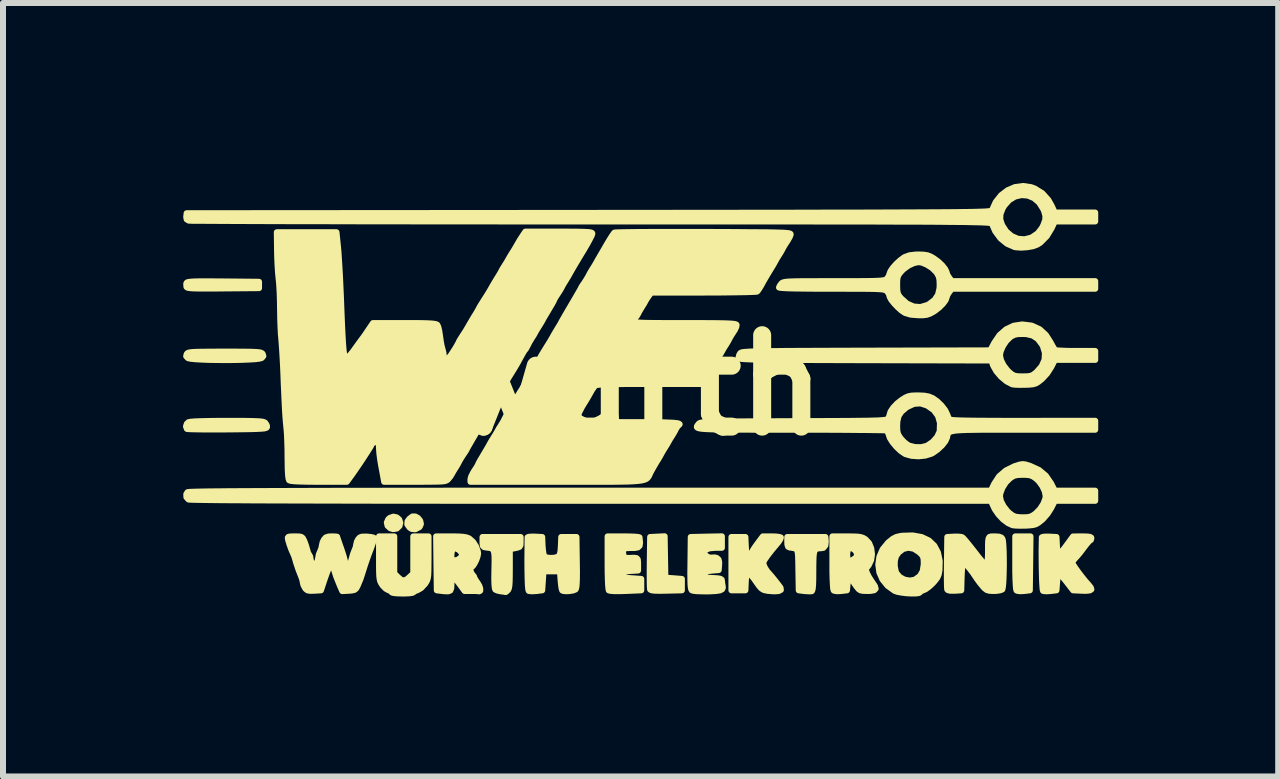
<source format=kicad_pcb>
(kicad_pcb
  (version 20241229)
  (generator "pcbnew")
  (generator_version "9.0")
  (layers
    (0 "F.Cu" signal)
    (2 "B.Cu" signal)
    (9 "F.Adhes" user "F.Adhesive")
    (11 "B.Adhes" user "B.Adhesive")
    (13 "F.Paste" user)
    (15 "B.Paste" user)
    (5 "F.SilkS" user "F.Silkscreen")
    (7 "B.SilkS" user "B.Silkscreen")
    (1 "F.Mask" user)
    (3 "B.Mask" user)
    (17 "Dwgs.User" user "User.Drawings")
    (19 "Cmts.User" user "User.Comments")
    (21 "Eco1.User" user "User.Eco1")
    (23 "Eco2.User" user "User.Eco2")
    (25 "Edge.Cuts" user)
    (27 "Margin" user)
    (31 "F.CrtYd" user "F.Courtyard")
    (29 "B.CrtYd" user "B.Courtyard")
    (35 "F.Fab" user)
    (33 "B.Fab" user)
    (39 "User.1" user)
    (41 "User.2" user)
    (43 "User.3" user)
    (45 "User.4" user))
  (footprint "würth"
    (layer "F.Cu")
    (at 7.586 3.372)
    (property "Reference" "würth" (at 0 0 0) (layer "F.SilkS") (effects (font (size 1.524 1.524) (thickness 0.3))))
    (attr through_hole)
    (fp_poly (pts (xy -3.964 2.29) (xy -3.977 2.346) (xy -4.022 2.389) (xy -4.083 2.398) (xy -4.131 2.384) (xy -4.176 2.342) (xy -4.188 2.288) (xy -4.165 2.234) (xy -4.138 2.21) (xy -4.078 2.19) (xy -4.022 2.202) (xy -3.981 2.238) (xy -3.964 2.29)) (stroke (width 0.1) (type solid)) (fill yes) (layer "F.SilkS"))
    (fp_poly (pts (xy -3.62 2.312) (xy -3.639 2.358) (xy -3.646 2.365) (xy -3.713 2.4) (xy -3.775 2.395) (xy -3.809 2.372) (xy -3.847 2.318) (xy -3.843 2.267) (xy -3.81 2.223) (xy -3.761 2.187) (xy -3.713 2.187) (xy -3.667 2.213) (xy -3.631 2.258) (xy -3.62 2.312)) (stroke (width 0.1) (type solid)) (fill yes) (layer "F.SilkS"))
    (fp_poly (pts (xy 6.541 2.519) (xy 6.536 2.969) (xy 6.53 3.418) (xy 6.429 3.43) (xy 6.366 3.433) (xy 6.319 3.426) (xy 6.308 3.42) (xy 6.3 3.392) (xy 6.295 3.327) (xy 6.29 3.228) (xy 6.287 3.1) (xy 6.287 2.959) (xy 6.287 2.519) (xy 6.414 2.519) (xy 6.541 2.519)) (stroke (width 0.1) (type solid)) (fill yes) (layer "F.SilkS"))
    (fp_poly (pts (xy 0.73 3.418) (xy 0.471 3.424) (xy 0.355 3.426) (xy 0.275 3.424) (xy 0.227 3.418) (xy 0.204 3.408) (xy 0.2 3.403) (xy 0.197 3.374) (xy 0.195 3.309) (xy 0.194 3.217) (xy 0.194 3.102) (xy 0.195 2.973) (xy 0.195 2.952) (xy 0.201 2.529) (xy 0.322 2.523) (xy 0.443 2.517) (xy 0.449 2.862) (xy 0.455 3.207) (xy 0.593 3.217) (xy 0.73 3.228) (xy 0.73 3.323) (xy 0.73 3.418)) (stroke (width 0.1) (type solid)) (fill yes) (layer "F.SilkS"))
    (fp_poly (pts (xy -6.318 -1.619) (xy -6.917 -1.614) (xy -7.094 -1.612) (xy -7.233 -1.612) (xy -7.34 -1.613) (xy -7.417 -1.615) (xy -7.47 -1.619) (xy -7.503 -1.624) (xy -7.521 -1.632) (xy -7.528 -1.64) (xy -7.532 -1.688) (xy -7.528 -1.704) (xy -7.519 -1.714) (xy -7.5 -1.721) (xy -7.464 -1.726) (xy -7.408 -1.73) (xy -7.328 -1.732) (xy -7.218 -1.733) (xy -7.074 -1.732) (xy -6.917 -1.731) (xy -6.318 -1.725) (xy -6.318 -1.672) (xy -6.318 -1.619)) (stroke (width 0.1) (type solid)) (fill yes) (layer "F.SilkS"))
    (fp_poly (pts (xy -6.185 0.696) (xy -6.191 0.706) (xy -6.206 0.713) (xy -6.235 0.72) (xy -6.282 0.724) (xy -6.352 0.728) (xy -6.448 0.731) (xy -6.576 0.733) (xy -6.74 0.735) (xy -6.849 0.736) (xy -7.012 0.737) (xy -7.161 0.737) (xy -7.291 0.736) (xy -7.397 0.734) (xy -7.473 0.732) (xy -7.515 0.729) (xy -7.521 0.727) (xy -7.536 0.687) (xy -7.522 0.641) (xy -7.494 0.615) (xy -7.46 0.608) (xy -7.386 0.602) (xy -7.276 0.598) (xy -7.133 0.595) (xy -6.959 0.593) (xy -6.85 0.593) (xy -6.672 0.593) (xy -6.531 0.594) (xy -6.424 0.596) (xy -6.344 0.599) (xy -6.288 0.603) (xy -6.25 0.609) (xy -6.227 0.617) (xy -6.213 0.627) (xy -6.188 0.668) (xy -6.185 0.696)) (stroke (width 0.1) (type solid)) (fill yes) (layer "F.SilkS"))
    (fp_poly (pts (xy -6.246 -0.487) (xy -6.27 -0.457) (xy -6.275 -0.454) (xy -6.31 -0.444) (xy -6.38 -0.435) (xy -6.478 -0.429) (xy -6.599 -0.424) (xy -6.733 -0.421) (xy -6.876 -0.42) (xy -7.019 -0.421) (xy -7.155 -0.423) (xy -7.279 -0.428) (xy -7.382 -0.434) (xy -7.459 -0.442) (xy -7.501 -0.452) (xy -7.505 -0.454) (xy -7.533 -0.484) (xy -7.525 -0.518) (xy -7.522 -0.523) (xy -7.513 -0.534) (xy -7.497 -0.543) (xy -7.47 -0.549) (xy -7.426 -0.554) (xy -7.362 -0.557) (xy -7.272 -0.559) (xy -7.152 -0.56) (xy -6.997 -0.561) (xy -6.89 -0.561) (xy -6.713 -0.561) (xy -6.573 -0.56) (xy -6.466 -0.559) (xy -6.388 -0.556) (xy -6.333 -0.552) (xy -6.297 -0.547) (xy -6.275 -0.539) (xy -6.262 -0.529) (xy -6.257 -0.523) (xy -6.246 -0.487)) (stroke (width 0.1) (type solid)) (fill yes) (layer "F.SilkS"))
    (fp_poly (pts (xy 3.129 2.603) (xy 3.122 2.669) (xy 3.089 2.71) (xy 3.037 2.718) (xy 3.029 2.716) (xy 2.985 2.722) (xy 2.956 2.741) (xy 2.942 2.761) (xy 2.933 2.792) (xy 2.926 2.843) (xy 2.923 2.919) (xy 2.921 3.026) (xy 2.921 3.1) (xy 2.92 3.234) (xy 2.917 3.329) (xy 2.911 3.391) (xy 2.902 3.424) (xy 2.895 3.433) (xy 2.858 3.435) (xy 2.799 3.432) (xy 2.773 3.43) (xy 2.678 3.418) (xy 2.672 3.075) (xy 2.67 2.946) (xy 2.667 2.853) (xy 2.662 2.79) (xy 2.651 2.75) (xy 2.633 2.728) (xy 2.604 2.716) (xy 2.563 2.709) (xy 2.529 2.705) (xy 2.501 2.692) (xy 2.489 2.657) (xy 2.487 2.614) (xy 2.487 2.529) (xy 2.805 2.529) (xy 3.122 2.529) (xy 3.129 2.603)) (stroke (width 0.1) (type solid)) (fill yes) (layer "F.SilkS"))
    (fp_poly (pts (xy -1.958 2.613) (xy -1.96 2.666) (xy -1.976 2.694) (xy -2.015 2.708) (xy -2.048 2.715) (xy -2.138 2.733) (xy -2.138 3.058) (xy -2.139 3.188) (xy -2.141 3.281) (xy -2.146 3.345) (xy -2.154 3.386) (xy -2.166 3.411) (xy -2.171 3.417) (xy -2.199 3.442) (xy -2.208 3.447) (xy -2.229 3.442) (xy -2.277 3.436) (xy -2.286 3.435) (xy -2.342 3.423) (xy -2.379 3.407) (xy -2.381 3.405) (xy -2.389 3.376) (xy -2.395 3.309) (xy -2.397 3.21) (xy -2.395 3.083) (xy -2.395 3.072) (xy -2.392 2.943) (xy -2.393 2.849) (xy -2.4 2.785) (xy -2.414 2.745) (xy -2.438 2.722) (xy -2.474 2.711) (xy -2.519 2.706) (xy -2.566 2.698) (xy -2.587 2.679) (xy -2.593 2.635) (xy -2.593 2.614) (xy -2.593 2.529) (xy -2.275 2.529) (xy -1.958 2.529) (xy -1.958 2.613)) (stroke (width 0.1) (type solid)) (fill yes) (layer "F.SilkS"))
    (fp_poly (pts (xy -3.493 2.519) (xy -3.493 2.873) (xy -3.494 3.004) (xy -3.495 3.099) (xy -3.498 3.167) (xy -3.505 3.215) (xy -3.515 3.25) (xy -3.53 3.279) (xy -3.551 3.311) (xy -3.552 3.312) (xy -3.615 3.38) (xy -3.678 3.416) (xy -3.724 3.434) (xy -3.746 3.452) (xy -3.747 3.453) (xy -3.766 3.461) (xy -3.818 3.468) (xy -3.893 3.471) (xy -3.926 3.471) (xy -4.012 3.469) (xy -4.074 3.463) (xy -4.105 3.454) (xy -4.106 3.451) (xy -4.124 3.431) (xy -4.16 3.416) (xy -4.206 3.391) (xy -4.254 3.343) (xy -4.266 3.326) (xy -4.285 3.297) (xy -4.299 3.267) (xy -4.308 3.231) (xy -4.314 3.181) (xy -4.317 3.109) (xy -4.318 3.009) (xy -4.318 2.884) (xy -4.318 2.519) (xy -4.191 2.519) (xy -4.064 2.519) (xy -4.064 2.827) (xy -4.064 3.136) (xy -4.002 3.198) (xy -3.947 3.244) (xy -3.901 3.255) (xy -3.851 3.232) (xy -3.812 3.198) (xy -3.747 3.137) (xy -3.747 2.828) (xy -3.747 2.519) (xy -3.619 2.519) (xy -3.493 2.519)) (stroke (width 0.1) (type solid)) (fill yes) (layer "F.SilkS"))
    (fp_poly (pts (xy 0.053 3.418) (xy -0.208 3.429) (xy -0.317 3.432) (xy -0.405 3.431) (xy -0.465 3.426) (xy -0.488 3.419) (xy -0.494 3.393) (xy -0.5 3.33) (xy -0.504 3.237) (xy -0.507 3.12) (xy -0.508 2.985) (xy -0.508 2.959) (xy -0.508 2.519) (xy -0.243 2.519) (xy -0.143 2.52) (xy -0.06 2.523) (xy -0.001 2.528) (xy 0.023 2.534) (xy 0.024 2.535) (xy 0.033 2.622) (xy 0.026 2.676) (xy -0.003 2.703) (xy -0.061 2.713) (xy -0.115 2.712) (xy -0.195 2.715) (xy -0.239 2.732) (xy -0.253 2.769) (xy -0.245 2.828) (xy -0.231 2.862) (xy -0.205 2.877) (xy -0.153 2.878) (xy -0.142 2.878) (xy -0.067 2.875) (xy -0.024 2.881) (xy -0.005 2.904) (xy -0.000184 2.949) (xy 0 2.983) (xy 0 3.088) (xy -0.122 3.095) (xy -0.19 3.1) (xy -0.227 3.109) (xy -0.241 3.127) (xy -0.243 3.154) (xy -0.241 3.182) (xy -0.227 3.199) (xy -0.192 3.208) (xy -0.128 3.215) (xy -0.095 3.217) (xy 0.053 3.228) (xy 0.053 3.323) (xy 0.053 3.418)) (stroke (width 0.1) (type solid)) (fill yes) (layer "F.SilkS"))
    (fp_poly (pts (xy -1.019 3.108) (xy -1.02 3.224) (xy -1.023 3.307) (xy -1.028 3.361) (xy -1.036 3.393) (xy -1.043 3.404) (xy -1.081 3.42) (xy -1.14 3.43) (xy -1.202 3.433) (xy -1.25 3.428) (xy -1.264 3.421) (xy -1.274 3.393) (xy -1.283 3.335) (xy -1.291 3.259) (xy -1.291 3.253) (xy -1.302 3.101) (xy -1.439 3.101) (xy -1.577 3.101) (xy -1.587 3.26) (xy -1.598 3.418) (xy -1.699 3.43) (xy -1.763 3.434) (xy -1.811 3.431) (xy -1.823 3.427) (xy -1.831 3.401) (xy -1.837 3.334) (xy -1.841 3.228) (xy -1.844 3.083) (xy -1.845 2.903) (xy -1.843 2.688) (xy -1.842 2.534) (xy -1.822 2.526) (xy -1.773 2.522) (xy -1.72 2.523) (xy -1.598 2.529) (xy -1.592 2.677) (xy -1.585 2.755) (xy -1.575 2.817) (xy -1.563 2.851) (xy -1.563 2.851) (xy -1.525 2.87) (xy -1.464 2.878) (xy -1.397 2.875) (xy -1.342 2.86) (xy -1.328 2.852) (xy -1.306 2.822) (xy -1.293 2.764) (xy -1.287 2.678) (xy -1.281 2.529) (xy -1.154 2.529) (xy -1.027 2.529) (xy -1.021 2.955) (xy -1.019 3.108)) (stroke (width 0.1) (type solid)) (fill yes) (layer "F.SilkS"))
    (fp_poly (pts (xy 1.413 3.373) (xy 1.401 3.401) (xy 1.366 3.419) (xy 1.302 3.429) (xy 1.204 3.435) (xy 1.154 3.436) (xy 1.057 3.435) (xy 0.974 3.432) (xy 0.917 3.425) (xy 0.896 3.418) (xy 0.886 3.403) (xy 0.879 3.371) (xy 0.874 3.316) (xy 0.872 3.235) (xy 0.871 3.122) (xy 0.873 2.971) (xy 0.873 2.963) (xy 0.878 2.529) (xy 1.138 2.523) (xy 1.397 2.518) (xy 1.397 2.613) (xy 1.397 2.709) (xy 1.29 2.709) (xy 1.189 2.718) (xy 1.126 2.743) (xy 1.101 2.784) (xy 1.101 2.791) (xy 1.119 2.83) (xy 1.162 2.861) (xy 1.213 2.875) (xy 1.238 2.871) (xy 1.284 2.87) (xy 1.315 2.88) (xy 1.342 2.905) (xy 1.352 2.947) (xy 1.351 2.991) (xy 1.344 3.08) (xy 1.228 3.09) (xy 1.161 3.098) (xy 1.126 3.109) (xy 1.113 3.13) (xy 1.111 3.154) (xy 1.114 3.182) (xy 1.128 3.198) (xy 1.163 3.207) (xy 1.227 3.212) (xy 1.254 3.213) (xy 1.332 3.218) (xy 1.376 3.227) (xy 1.395 3.242) (xy 1.397 3.255) (xy 1.403 3.307) (xy 1.408 3.334) (xy 1.413 3.373)) (stroke (width 0.1) (type solid)) (fill yes) (layer "F.SilkS"))
    (fp_poly (pts (xy 2.38 3.411) (xy 2.344 3.43) (xy 2.271 3.435) (xy 2.254 3.434) (xy 2.162 3.427) (xy 2.1 3.414) (xy 2.056 3.389) (xy 2.018 3.347) (xy 1.998 3.319) (xy 1.929 3.221) (xy 1.877 3.16) (xy 1.841 3.135) (xy 1.817 3.146) (xy 1.802 3.191) (xy 1.795 3.27) (xy 1.795 3.276) (xy 1.789 3.418) (xy 1.672 3.418) (xy 1.556 3.418) (xy 1.556 2.974) (xy 1.556 2.529) (xy 1.672 2.529) (xy 1.789 2.529) (xy 1.795 2.672) (xy 1.8 2.749) (xy 1.807 2.792) (xy 1.821 2.811) (xy 1.843 2.815) (xy 1.884 2.799) (xy 1.899 2.778) (xy 1.918 2.742) (xy 1.955 2.686) (xy 1.996 2.63) (xy 2.079 2.519) (xy 2.224 2.519) (xy 2.298 2.521) (xy 2.354 2.528) (xy 2.38 2.537) (xy 2.38 2.537) (xy 2.373 2.562) (xy 2.345 2.607) (xy 2.311 2.649) (xy 2.225 2.752) (xy 2.156 2.841) (xy 2.108 2.911) (xy 2.088 2.95) (xy 2.092 2.989) (xy 2.117 3.046) (xy 2.157 3.106) (xy 2.2 3.154) (xy 2.221 3.178) (xy 2.258 3.223) (xy 2.302 3.278) (xy 2.342 3.33) (xy 2.37 3.368) (xy 2.376 3.377) (xy 2.38 3.411)) (stroke (width 0.1) (type solid)) (fill yes) (layer "F.SilkS"))
    (fp_poly (pts (xy 5.028 2.929) (xy 5.024 3.085) (xy 5.011 3.154) (xy 4.988 3.208) (xy 4.945 3.264) (xy 4.913 3.3) (xy 4.854 3.355) (xy 4.796 3.398) (xy 4.762 3.414) (xy 4.762 2.977) (xy 4.76 2.904) (xy 4.75 2.857) (xy 4.724 2.819) (xy 4.684 2.781) (xy 4.597 2.725) (xy 4.505 2.708) (xy 4.418 2.729) (xy 4.342 2.788) (xy 4.299 2.851) (xy 4.28 2.923) (xy 4.278 3.012) (xy 4.294 3.098) (xy 4.308 3.134) (xy 4.363 3.198) (xy 4.441 3.24) (xy 4.528 3.256) (xy 4.611 3.241) (xy 4.621 3.236) (xy 4.699 3.178) (xy 4.744 3.098) (xy 4.761 2.991) (xy 4.762 2.977) (xy 4.762 3.414) (xy 4.757 3.416) (xy 4.715 3.433) (xy 4.699 3.451) (xy 4.68 3.464) (xy 4.63 3.47) (xy 4.558 3.471) (xy 4.477 3.467) (xy 4.396 3.457) (xy 4.325 3.444) (xy 4.276 3.427) (xy 4.276 3.427) (xy 4.158 3.342) (xy 4.073 3.237) (xy 4.021 3.117) (xy 4.004 2.989) (xy 4.022 2.86) (xy 4.075 2.736) (xy 4.165 2.625) (xy 4.181 2.611) (xy 4.247 2.558) (xy 4.306 2.528) (xy 4.376 2.512) (xy 4.405 2.508) (xy 4.579 2.503) (xy 4.727 2.53) (xy 4.848 2.587) (xy 4.939 2.674) (xy 4.999 2.788) (xy 5.028 2.929)) (stroke (width 0.1) (type solid)) (fill yes) (layer "F.SilkS"))
    (fp_poly (pts (xy 7.556 2.551) (xy 7.547 2.579) (xy 7.539 2.582) (xy 7.52 2.598) (xy 7.483 2.64) (xy 7.436 2.7) (xy 7.425 2.715) (xy 7.372 2.785) (xy 7.322 2.845) (xy 7.286 2.885) (xy 7.283 2.887) (xy 7.251 2.927) (xy 7.239 2.958) (xy 7.252 2.988) (xy 7.286 3.041) (xy 7.335 3.11) (xy 7.393 3.186) (xy 7.453 3.261) (xy 7.508 3.323) (xy 7.547 3.372) (xy 7.556 3.403) (xy 7.53 3.42) (xy 7.468 3.426) (xy 7.404 3.425) (xy 7.251 3.418) (xy 7.14 3.275) (xy 7.088 3.21) (xy 7.045 3.16) (xy 7.017 3.134) (xy 7.013 3.132) (xy 7.003 3.151) (xy 6.993 3.202) (xy 6.985 3.273) (xy 6.985 3.275) (xy 6.974 3.418) (xy 6.873 3.43) (xy 6.809 3.434) (xy 6.762 3.431) (xy 6.75 3.427) (xy 6.744 3.404) (xy 6.739 3.345) (xy 6.734 3.257) (xy 6.731 3.149) (xy 6.728 3.026) (xy 6.727 2.896) (xy 6.726 2.765) (xy 6.728 2.641) (xy 6.73 2.534) (xy 6.75 2.526) (xy 6.8 2.522) (xy 6.853 2.523) (xy 6.974 2.529) (xy 6.981 2.667) (xy 6.986 2.74) (xy 6.995 2.796) (xy 7.003 2.821) (xy 7.021 2.812) (xy 7.058 2.775) (xy 7.106 2.716) (xy 7.134 2.678) (xy 7.25 2.52) (xy 7.403 2.519) (xy 7.485 2.521) (xy 7.533 2.527) (xy 7.554 2.539) (xy 7.556 2.551)) (stroke (width 0.1) (type solid)) (fill yes) (layer "F.SilkS"))
    (fp_poly (pts (xy -2.631 3.425) (xy -2.648 3.435) (xy -2.651 3.434) (xy -2.68 3.431) (xy -2.736 3.429) (xy -2.78 3.429) (xy -2.892 3.429) (xy -2.934 3.371) (xy -2.934 2.839) (xy -2.938 2.802) (xy -2.942 2.794) (xy -2.984 2.745) (xy -3.038 2.72) (xy -3.078 2.722) (xy -3.098 2.749) (xy -3.11 2.8) (xy -3.113 2.856) (xy -3.103 2.899) (xy -3.097 2.907) (xy -3.057 2.921) (xy -3.004 2.907) (xy -2.963 2.878) (xy -2.934 2.839) (xy -2.934 3.371) (xy -2.984 3.303) (xy -3.03 3.243) (xy -3.069 3.202) (xy -3.092 3.187) (xy -3.093 3.188) (xy -3.104 3.213) (xy -3.11 3.267) (xy -3.111 3.312) (xy -3.114 3.382) (xy -3.129 3.421) (xy -3.164 3.435) (xy -3.229 3.433) (xy -3.26 3.43) (xy -3.355 3.418) (xy -3.361 2.969) (xy -3.366 2.519) (xy -3.12 2.519) (xy -3.005 2.52) (xy -2.923 2.525) (xy -2.865 2.534) (xy -2.823 2.549) (xy -2.811 2.556) (xy -2.75 2.61) (xy -2.7 2.688) (xy -2.671 2.77) (xy -2.667 2.805) (xy -2.676 2.854) (xy -2.697 2.914) (xy -2.726 2.972) (xy -2.754 3.014) (xy -2.773 3.027) (xy -2.791 3.043) (xy -2.793 3.082) (xy -2.782 3.125) (xy -2.762 3.154) (xy -2.736 3.185) (xy -2.731 3.2) (xy -2.719 3.228) (xy -2.689 3.274) (xy -2.676 3.292) (xy -2.646 3.342) (xy -2.631 3.39) (xy -2.631 3.425)) (stroke (width 0.1) (type solid)) (fill yes) (layer "F.SilkS"))
    (fp_poly (pts (xy 3.96 3.392) (xy 3.935 3.417) (xy 3.873 3.428) (xy 3.826 3.429) (xy 3.753 3.427) (xy 3.707 3.419) (xy 3.675 3.397) (xy 3.648 3.364) (xy 3.648 2.847) (xy 3.648 2.801) (xy 3.621 2.755) (xy 3.579 2.722) (xy 3.535 2.712) (xy 3.516 2.718) (xy 3.495 2.752) (xy 3.485 2.808) (xy 3.488 2.868) (xy 3.494 2.894) (xy 3.51 2.926) (xy 3.532 2.931) (xy 3.574 2.912) (xy 3.621 2.88) (xy 3.648 2.847) (xy 3.648 2.847) (xy 3.648 3.364) (xy 3.641 3.355) (xy 3.63 3.34) (xy 3.591 3.283) (xy 3.563 3.237) (xy 3.555 3.222) (xy 3.535 3.191) (xy 3.516 3.2) (xy 3.5 3.245) (xy 3.493 3.302) (xy 3.482 3.418) (xy 3.381 3.43) (xy 3.318 3.433) (xy 3.271 3.426) (xy 3.26 3.42) (xy 3.252 3.392) (xy 3.247 3.327) (xy 3.242 3.228) (xy 3.239 3.1) (xy 3.239 2.959) (xy 3.239 2.519) (xy 3.479 2.519) (xy 3.586 2.52) (xy 3.661 2.523) (xy 3.713 2.531) (xy 3.752 2.544) (xy 3.788 2.565) (xy 3.791 2.567) (xy 3.851 2.631) (xy 3.887 2.718) (xy 3.899 2.817) (xy 3.885 2.914) (xy 3.845 2.999) (xy 3.829 3.019) (xy 3.802 3.053) (xy 3.799 3.085) (xy 3.817 3.134) (xy 3.817 3.135) (xy 3.851 3.201) (xy 3.895 3.269) (xy 3.903 3.28) (xy 3.948 3.348) (xy 3.96 3.392)) (stroke (width 0.1) (type solid)) (fill yes) (layer "F.SilkS"))
    (fp_poly (pts (xy 6.097 2.986) (xy 6.095 3.103) (xy 6.092 3.212) (xy 6.087 3.303) (xy 6.08 3.369) (xy 6.072 3.402) (xy 6.071 3.404) (xy 6.036 3.418) (xy 5.976 3.427) (xy 5.93 3.429) (xy 5.858 3.426) (xy 5.812 3.413) (xy 5.773 3.383) (xy 5.752 3.36) (xy 5.699 3.296) (xy 5.646 3.224) (xy 5.635 3.207) (xy 5.579 3.124) (xy 5.524 3.052) (xy 5.474 2.995) (xy 5.436 2.962) (xy 5.416 2.957) (xy 5.409 2.984) (xy 5.401 3.044) (xy 5.396 3.127) (xy 5.393 3.196) (xy 5.387 3.418) (xy 5.276 3.425) (xy 5.2 3.425) (xy 5.161 3.413) (xy 5.153 3.403) (xy 5.15 3.374) (xy 5.148 3.31) (xy 5.147 3.217) (xy 5.147 3.102) (xy 5.148 2.973) (xy 5.148 2.952) (xy 5.154 2.529) (xy 5.265 2.523) (xy 5.334 2.522) (xy 5.388 2.528) (xy 5.406 2.534) (xy 5.429 2.556) (xy 5.472 2.606) (xy 5.529 2.676) (xy 5.595 2.76) (xy 5.613 2.783) (xy 5.678 2.867) (xy 5.736 2.936) (xy 5.78 2.984) (xy 5.807 3.005) (xy 5.81 3.006) (xy 5.819 2.981) (xy 5.827 2.924) (xy 5.832 2.843) (xy 5.833 2.783) (xy 5.833 2.674) (xy 5.835 2.599) (xy 5.842 2.553) (xy 5.856 2.529) (xy 5.881 2.52) (xy 5.919 2.519) (xy 5.947 2.519) (xy 6.016 2.523) (xy 6.056 2.538) (xy 6.074 2.56) (xy 6.083 2.597) (xy 6.089 2.666) (xy 6.094 2.759) (xy 6.096 2.869) (xy 6.097 2.986)) (stroke (width 0.1) (type solid)) (fill yes) (layer "F.SilkS"))
    (fp_poly (pts (xy -4.396 2.551) (xy -4.407 2.588) (xy -4.427 2.648) (xy -4.45 2.713) (xy -4.469 2.762) (xy -4.496 2.834) (xy -4.528 2.924) (xy -4.557 3.01) (xy -4.572 3.059) (xy -4.625 3.224) (xy -4.675 3.344) (xy -4.699 3.388) (xy -4.727 3.411) (xy -4.773 3.421) (xy -4.82 3.425) (xy -4.931 3.431) (xy -4.971 3.34) (xy -5.029 3.196) (xy -5.07 3.069) (xy -5.077 3.042) (xy -5.091 2.997) (xy -5.108 2.981) (xy -5.129 2.996) (xy -5.155 3.045) (xy -5.188 3.129) (xy -5.231 3.251) (xy -5.244 3.291) (xy -5.286 3.418) (xy -5.402 3.425) (xy -5.471 3.426) (xy -5.512 3.418) (xy -5.539 3.397) (xy -5.553 3.378) (xy -5.579 3.328) (xy -5.588 3.29) (xy -5.596 3.247) (xy -5.615 3.191) (xy -5.616 3.189) (xy -5.664 3.066) (xy -5.702 2.951) (xy -5.713 2.91) (xy -5.732 2.849) (xy -5.751 2.804) (xy -5.78 2.739) (xy -5.81 2.656) (xy -5.833 2.579) (xy -5.836 2.566) (xy -5.839 2.54) (xy -5.827 2.526) (xy -5.792 2.52) (xy -5.722 2.519) (xy -5.722 2.519) (xy -5.651 2.52) (xy -5.611 2.528) (xy -5.587 2.548) (xy -5.567 2.588) (xy -5.562 2.598) (xy -5.536 2.669) (xy -5.516 2.739) (xy -5.514 2.746) (xy -5.499 2.797) (xy -5.481 2.826) (xy -5.481 2.827) (xy -5.465 2.855) (xy -5.461 2.886) (xy -5.449 2.943) (xy -5.433 2.972) (xy -5.409 2.998) (xy -5.387 2.991) (xy -5.37 2.975) (xy -5.342 2.926) (xy -5.333 2.882) (xy -5.322 2.82) (xy -5.302 2.773) (xy -5.279 2.716) (xy -5.271 2.672) (xy -5.259 2.618) (xy -5.236 2.571) (xy -5.205 2.536) (xy -5.159 2.521) (xy -5.109 2.519) (xy -5.053 2.52) (xy -5.02 2.523) (xy -5.016 2.525) (xy -5.01 2.547) (xy -4.992 2.598) (xy -4.967 2.672) (xy -4.953 2.71) (xy -4.925 2.794) (xy -4.903 2.865) (xy -4.891 2.911) (xy -4.89 2.921) (xy -4.878 2.967) (xy -4.87 2.983) (xy -4.843 3) (xy -4.813 2.982) (xy -4.786 2.936) (xy -4.771 2.884) (xy -4.752 2.815) (xy -4.728 2.754) (xy -4.728 2.754) (xy -4.706 2.698) (xy -4.699 2.656) (xy -4.687 2.606) (xy -4.665 2.565) (xy -4.64 2.537) (xy -4.606 2.524) (xy -4.551 2.522) (xy -4.512 2.523) (xy -4.448 2.53) (xy -4.406 2.541) (xy -4.396 2.551)) (stroke (width 0.1) (type solid)) (fill yes) (layer "F.SilkS"))
    (fp_poly (pts (xy 7.62 -0.423) (xy 7.284 -0.423) (xy 6.948 -0.423) (xy 6.887 -0.303) (xy 6.819 -0.197) (xy 6.782 -0.157) (xy 6.782 -0.538) (xy 6.748 -0.652) (xy 6.73 -0.684) (xy 6.662 -0.773) (xy 6.578 -0.828) (xy 6.472 -0.853) (xy 6.413 -0.855) (xy 6.33 -0.853) (xy 6.273 -0.841) (xy 6.225 -0.817) (xy 6.2 -0.799) (xy 6.136 -0.735) (xy 6.081 -0.651) (xy 6.044 -0.565) (xy 6.032 -0.5) (xy 6.049 -0.419) (xy 6.094 -0.33) (xy 6.159 -0.246) (xy 6.191 -0.215) (xy 6.236 -0.179) (xy 6.277 -0.159) (xy 6.329 -0.15) (xy 6.408 -0.148) (xy 6.413 -0.148) (xy 6.494 -0.15) (xy 6.548 -0.158) (xy 6.589 -0.178) (xy 6.634 -0.213) (xy 6.639 -0.217) (xy 6.727 -0.317) (xy 6.775 -0.425) (xy 6.782 -0.538) (xy 6.782 -0.157) (xy 6.734 -0.105) (xy 6.725 -0.098) (xy 6.673 -0.056) (xy 6.631 -0.031) (xy 6.584 -0.017) (xy 6.519 -0.01) (xy 6.45 -0.008) (xy 6.363 -0.007) (xy 6.289 -0.009) (xy 6.24 -0.015) (xy 6.234 -0.017) (xy 6.141 -0.066) (xy 6.049 -0.143) (xy 5.971 -0.235) (xy 5.917 -0.331) (xy 5.905 -0.368) (xy 5.893 -0.413) (xy 3.783 -0.418) (xy 3.437 -0.419) (xy 3.131 -0.42) (xy 2.862 -0.421) (xy 2.628 -0.422) (xy 2.427 -0.423) (xy 2.257 -0.424) (xy 2.114 -0.426) (xy 1.996 -0.428) (xy 1.901 -0.43) (xy 1.827 -0.433) (xy 1.77 -0.436) (xy 1.729 -0.439) (xy 1.702 -0.443) (xy 1.685 -0.448) (xy 1.676 -0.453) (xy 1.673 -0.459) (xy 1.673 -0.46) (xy 1.686 -0.507) (xy 1.702 -0.534) (xy 1.708 -0.54) (xy 1.72 -0.546) (xy 1.739 -0.551) (xy 1.767 -0.555) (xy 1.809 -0.558) (xy 1.865 -0.562) (xy 1.938 -0.564) (xy 2.032 -0.567) (xy 2.148 -0.569) (xy 2.288 -0.57) (xy 2.456 -0.572) (xy 2.654 -0.573) (xy 2.884 -0.574) (xy 3.149 -0.575) (xy 3.452 -0.576) (xy 3.794 -0.577) (xy 3.8 -0.577) (xy 5.871 -0.582) (xy 5.936 -0.706) (xy 6.025 -0.837) (xy 6.135 -0.933) (xy 6.262 -0.993) (xy 6.403 -1.014) (xy 6.552 -0.996) (xy 6.57 -0.991) (xy 6.694 -0.934) (xy 6.797 -0.84) (xy 6.871 -0.725) (xy 6.906 -0.66) (xy 6.936 -0.61) (xy 6.953 -0.588) (xy 6.981 -0.582) (xy 7.043 -0.578) (xy 7.131 -0.574) (xy 7.239 -0.572) (xy 7.297 -0.572) (xy 7.62 -0.572) (xy 7.62 -0.497) (xy 7.62 -0.423)) (stroke (width 0.1) (type solid)) (fill yes) (layer "F.SilkS"))
    (fp_poly (pts (xy 7.62 1.926) (xy 7.284 1.926) (xy 6.948 1.926) (xy 6.887 2.046) (xy 6.827 2.141) (xy 6.794 2.179) (xy 6.794 1.846) (xy 6.779 1.768) (xy 6.739 1.682) (xy 6.681 1.601) (xy 6.631 1.554) (xy 6.58 1.519) (xy 6.53 1.5) (xy 6.465 1.493) (xy 6.413 1.492) (xy 6.332 1.495) (xy 6.275 1.506) (xy 6.227 1.531) (xy 6.196 1.554) (xy 6.128 1.622) (xy 6.073 1.71) (xy 6.039 1.8) (xy 6.032 1.852) (xy 6.049 1.932) (xy 6.095 2.02) (xy 6.16 2.102) (xy 6.195 2.134) (xy 6.247 2.172) (xy 6.294 2.191) (xy 6.356 2.199) (xy 6.41 2.201) (xy 6.49 2.199) (xy 6.544 2.188) (xy 6.592 2.162) (xy 6.63 2.134) (xy 6.7 2.062) (xy 6.756 1.975) (xy 6.789 1.887) (xy 6.794 1.846) (xy 6.794 2.179) (xy 6.751 2.228) (xy 6.728 2.249) (xy 6.675 2.291) (xy 6.631 2.317) (xy 6.581 2.33) (xy 6.511 2.337) (xy 6.463 2.34) (xy 6.375 2.341) (xy 6.297 2.339) (xy 6.244 2.333) (xy 6.24 2.332) (xy 6.165 2.297) (xy 6.083 2.235) (xy 6.007 2.154) (xy 5.947 2.067) (xy 5.933 2.039) (xy 5.881 1.926) (xy -0.786 1.926) (xy -1.501 1.926) (xy -2.174 1.926) (xy -2.806 1.926) (xy -3.396 1.925) (xy -3.945 1.925) (xy -4.453 1.924) (xy -4.921 1.923) (xy -5.349 1.922) (xy -5.736 1.921) (xy -6.085 1.92) (xy -6.394 1.919) (xy -6.664 1.917) (xy -6.896 1.916) (xy -7.089 1.914) (xy -7.244 1.912) (xy -7.362 1.91) (xy -7.443 1.908) (xy -7.486 1.906) (xy -7.494 1.904) (xy -7.529 1.866) (xy -7.531 1.815) (xy -7.51 1.782) (xy -7.498 1.78) (xy -7.469 1.777) (xy -7.419 1.775) (xy -7.349 1.773) (xy -7.257 1.771) (xy -7.142 1.769) (xy -7.003 1.768) (xy -6.839 1.766) (xy -6.649 1.765) (xy -6.432 1.764) (xy -6.186 1.763) (xy -5.911 1.762) (xy -5.605 1.761) (xy -5.268 1.76) (xy -4.898 1.759) (xy -4.494 1.759) (xy -4.055 1.758) (xy -3.58 1.758) (xy -3.068 1.757) (xy -2.518 1.757) (xy -1.929 1.757) (xy -1.299 1.757) (xy -0.802 1.757) (xy 5.881 1.757) (xy 5.936 1.642) (xy 6.017 1.518) (xy 6.131 1.42) (xy 6.275 1.349) (xy 6.292 1.344) (xy 6.361 1.322) (xy 6.41 1.314) (xy 6.458 1.32) (xy 6.523 1.34) (xy 6.535 1.344) (xy 6.682 1.411) (xy 6.797 1.507) (xy 6.884 1.634) (xy 6.886 1.638) (xy 6.946 1.757) (xy 7.283 1.757) (xy 7.62 1.757) (xy 7.62 1.841) (xy 7.62 1.926)) (stroke (width 0.1) (type solid)) (fill yes) (layer "F.SilkS"))
    (fp_poly (pts (xy 7.62 -1.609) (xy 6.426 -1.609) (xy 5.231 -1.609) (xy 5.187 -1.553) (xy 5.157 -1.506) (xy 5.144 -1.468) (xy 5.144 -1.467) (xy 5.127 -1.419) (xy 5.083 -1.359) (xy 5.027 -1.303) (xy 5.027 -1.672) (xy 5.024 -1.754) (xy 5.013 -1.81) (xy 4.988 -1.858) (xy 4.966 -1.89) (xy 4.901 -1.954) (xy 4.817 -2.008) (xy 4.732 -2.044) (xy 4.674 -2.053) (xy 4.595 -2.036) (xy 4.506 -1.994) (xy 4.424 -1.934) (xy 4.387 -1.897) (xy 4.35 -1.851) (xy 4.329 -1.81) (xy 4.32 -1.758) (xy 4.318 -1.681) (xy 4.318 -1.672) (xy 4.32 -1.591) (xy 4.328 -1.538) (xy 4.347 -1.496) (xy 4.382 -1.452) (xy 4.384 -1.45) (xy 4.484 -1.361) (xy 4.593 -1.313) (xy 4.706 -1.304) (xy 4.819 -1.337) (xy 4.852 -1.354) (xy 4.943 -1.424) (xy 4.999 -1.508) (xy 5.024 -1.614) (xy 5.027 -1.672) (xy 5.027 -1.303) (xy 5.02 -1.296) (xy 4.946 -1.239) (xy 4.929 -1.228) (xy 4.868 -1.194) (xy 4.814 -1.175) (xy 4.751 -1.167) (xy 4.672 -1.167) (xy 4.545 -1.177) (xy 4.454 -1.204) (xy 4.445 -1.208) (xy 4.389 -1.246) (xy 4.327 -1.302) (xy 4.268 -1.364) (xy 4.22 -1.424) (xy 4.194 -1.472) (xy 4.191 -1.486) (xy 4.177 -1.529) (xy 4.149 -1.566) (xy 4.137 -1.577) (xy 4.122 -1.585) (xy 4.099 -1.592) (xy 4.065 -1.598) (xy 4.016 -1.602) (xy 3.948 -1.605) (xy 3.856 -1.607) (xy 3.737 -1.608) (xy 3.586 -1.608) (xy 3.401 -1.609) (xy 3.228 -1.609) (xy 2.991 -1.609) (xy 2.789 -1.611) (xy 2.624 -1.613) (xy 2.496 -1.616) (xy 2.407 -1.621) (xy 2.359 -1.626) (xy 2.349 -1.63) (xy 2.362 -1.66) (xy 2.386 -1.693) (xy 2.396 -1.704) (xy 2.41 -1.712) (xy 2.432 -1.719) (xy 2.465 -1.725) (xy 2.514 -1.729) (xy 2.582 -1.732) (xy 2.675 -1.734) (xy 2.795 -1.735) (xy 2.947 -1.735) (xy 3.134 -1.736) (xy 3.264 -1.736) (xy 3.475 -1.736) (xy 3.648 -1.736) (xy 3.787 -1.737) (xy 3.895 -1.738) (xy 3.978 -1.741) (xy 4.038 -1.744) (xy 4.081 -1.749) (xy 4.11 -1.755) (xy 4.129 -1.762) (xy 4.142 -1.772) (xy 4.149 -1.778) (xy 4.18 -1.823) (xy 4.191 -1.86) (xy 4.207 -1.902) (xy 4.247 -1.96) (xy 4.304 -2.024) (xy 4.368 -2.083) (xy 4.43 -2.129) (xy 4.447 -2.139) (xy 4.525 -2.167) (xy 4.625 -2.179) (xy 4.677 -2.18) (xy 4.764 -2.177) (xy 4.827 -2.166) (xy 4.885 -2.142) (xy 4.929 -2.116) (xy 5.004 -2.062) (xy 5.07 -1.999) (xy 5.119 -1.937) (xy 5.143 -1.886) (xy 5.144 -1.878) (xy 5.156 -1.841) (xy 5.186 -1.794) (xy 5.187 -1.791) (xy 5.231 -1.736) (xy 6.426 -1.736) (xy 7.62 -1.736) (xy 7.62 -1.672) (xy 7.62 -1.609)) (stroke (width 0.1) (type solid)) (fill yes) (layer "F.SilkS"))
    (fp_poly (pts (xy 7.62 -2.731) (xy 7.283 -2.731) (xy 6.946 -2.731) (xy 6.894 -2.619) (xy 6.812 -2.483) (xy 6.79 -2.462) (xy 6.79 -2.822) (xy 6.77 -2.897) (xy 6.752 -2.939) (xy 6.684 -3.046) (xy 6.596 -3.121) (xy 6.495 -3.162) (xy 6.389 -3.17) (xy 6.283 -3.145) (xy 6.186 -3.086) (xy 6.105 -2.994) (xy 6.077 -2.947) (xy 6.04 -2.851) (xy 6.037 -2.764) (xy 6.068 -2.671) (xy 6.068 -2.67) (xy 6.137 -2.564) (xy 6.227 -2.487) (xy 6.331 -2.442) (xy 6.442 -2.433) (xy 6.553 -2.461) (xy 6.568 -2.469) (xy 6.662 -2.533) (xy 6.732 -2.623) (xy 6.757 -2.674) (xy 6.786 -2.753) (xy 6.79 -2.822) (xy 6.79 -2.462) (xy 6.709 -2.38) (xy 6.653 -2.344) (xy 6.582 -2.318) (xy 6.488 -2.301) (xy 6.387 -2.294) (xy 6.299 -2.3) (xy 6.276 -2.304) (xy 6.15 -2.359) (xy 6.041 -2.448) (xy 5.953 -2.567) (xy 5.898 -2.693) (xy 5.895 -2.697) (xy 5.889 -2.7) (xy 5.878 -2.703) (xy 5.86 -2.706) (xy 5.834 -2.709) (xy 5.8 -2.711) (xy 5.755 -2.713) (xy 5.697 -2.716) (xy 5.627 -2.717) (xy 5.542 -2.719) (xy 5.441 -2.721) (xy 5.322 -2.722) (xy 5.185 -2.723) (xy 5.028 -2.725) (xy 4.849 -2.726) (xy 4.647 -2.727) (xy 4.42 -2.727) (xy 4.169 -2.728) (xy 3.89 -2.729) (xy 3.582 -2.729) (xy 3.245 -2.729) (xy 2.877 -2.73) (xy 2.476 -2.73) (xy 2.042 -2.73) (xy 1.572 -2.73) (xy 1.065 -2.731) (xy 0.521 -2.731) (xy -0.063 -2.731) (xy -0.688 -2.731) (xy -0.777 -2.731) (xy -1.306 -2.731) (xy -1.824 -2.731) (xy -2.33 -2.731) (xy -2.822 -2.732) (xy -3.298 -2.732) (xy -3.758 -2.732) (xy -4.198 -2.733) (xy -4.618 -2.733) (xy -5.016 -2.734) (xy -5.39 -2.735) (xy -5.739 -2.735) (xy -6.061 -2.736) (xy -6.355 -2.737) (xy -6.619 -2.738) (xy -6.851 -2.739) (xy -7.05 -2.74) (xy -7.213 -2.741) (xy -7.341 -2.741) (xy -7.43 -2.742) (xy -7.479 -2.744) (xy -7.489 -2.744) (xy -7.525 -2.765) (xy -7.532 -2.807) (xy -7.531 -2.813) (xy -7.525 -2.868) (xy -0.82 -2.873) (xy -0.187 -2.874) (xy 0.405 -2.874) (xy 0.957 -2.875) (xy 1.47 -2.875) (xy 1.947 -2.876) (xy 2.389 -2.876) (xy 2.796 -2.877) (xy 3.171 -2.878) (xy 3.514 -2.878) (xy 3.827 -2.879) (xy 4.112 -2.88) (xy 4.369 -2.881) (xy 4.6 -2.882) (xy 4.807 -2.883) (xy 4.991 -2.884) (xy 5.153 -2.885) (xy 5.294 -2.886) (xy 5.417 -2.888) (xy 5.521 -2.889) (xy 5.61 -2.891) (xy 5.683 -2.893) (xy 5.743 -2.895) (xy 5.791 -2.897) (xy 5.828 -2.9) (xy 5.855 -2.903) (xy 5.874 -2.905) (xy 5.887 -2.908) (xy 5.894 -2.912) (xy 5.897 -2.915) (xy 5.898 -2.916) (xy 5.961 -3.054) (xy 6.05 -3.167) (xy 6.16 -3.251) (xy 6.283 -3.304) (xy 6.415 -3.322) (xy 6.549 -3.303) (xy 6.611 -3.28) (xy 6.738 -3.202) (xy 6.839 -3.09) (xy 6.895 -2.99) (xy 6.946 -2.879) (xy 7.283 -2.879) (xy 7.62 -2.879) (xy 7.62 -2.805) (xy 7.62 -2.731)) (stroke (width 0.1) (type solid)) (fill yes) (layer "F.SilkS"))
    (fp_poly (pts (xy 7.62 0.741) (xy 6.426 0.741) (xy 6.164 0.741) (xy 5.942 0.741) (xy 5.756 0.741) (xy 5.602 0.743) (xy 5.478 0.745) (xy 5.38 0.749) (xy 5.305 0.754) (xy 5.25 0.762) (xy 5.211 0.772) (xy 5.185 0.785) (xy 5.169 0.801) (xy 5.161 0.82) (xy 5.155 0.844) (xy 5.15 0.871) (xy 5.122 0.933) (xy 5.066 1.004) (xy 5.032 1.035) (xy 5.032 0.626) (xy 4.999 0.51) (xy 4.929 0.415) (xy 4.822 0.34) (xy 4.816 0.337) (xy 4.706 0.302) (xy 4.598 0.31) (xy 4.489 0.36) (xy 4.469 0.374) (xy 4.39 0.441) (xy 4.343 0.512) (xy 4.322 0.6) (xy 4.318 0.678) (xy 4.321 0.757) (xy 4.333 0.812) (xy 4.361 0.861) (xy 4.384 0.892) (xy 4.437 0.949) (xy 4.495 0.993) (xy 4.516 1.005) (xy 4.613 1.03) (xy 4.717 1.032) (xy 4.81 1.01) (xy 4.821 1.005) (xy 4.912 0.943) (xy 4.983 0.863) (xy 5.024 0.777) (xy 5.028 0.759) (xy 5.032 0.626) (xy 5.032 1.035) (xy 4.993 1.072) (xy 4.912 1.129) (xy 4.886 1.142) (xy 4.789 1.172) (xy 4.674 1.184) (xy 4.559 1.176) (xy 4.461 1.149) (xy 4.445 1.141) (xy 4.375 1.093) (xy 4.304 1.025) (xy 4.241 0.949) (xy 4.196 0.877) (xy 4.182 0.836) (xy 4.164 0.784) (xy 4.138 0.754) (xy 4.136 0.753) (xy 4.11 0.751) (xy 4.045 0.749) (xy 3.944 0.748) (xy 3.811 0.746) (xy 3.65 0.745) (xy 3.463 0.743) (xy 3.254 0.742) (xy 3.027 0.741) (xy 2.784 0.741) (xy 2.538 0.741) (xy 2.24 0.741) (xy 1.98 0.741) (xy 1.758 0.74) (xy 1.57 0.74) (xy 1.414 0.738) (xy 1.287 0.736) (xy 1.186 0.733) (xy 1.108 0.729) (xy 1.052 0.724) (xy 1.013 0.717) (xy 0.99 0.709) (xy 0.98 0.698) (xy 0.98 0.686) (xy 0.987 0.672) (xy 0.999 0.656) (xy 1.007 0.646) (xy 1.014 0.638) (xy 1.024 0.631) (xy 1.039 0.625) (xy 1.063 0.62) (xy 1.099 0.615) (xy 1.149 0.612) (xy 1.217 0.609) (xy 1.305 0.607) (xy 1.416 0.605) (xy 1.553 0.603) (xy 1.72 0.602) (xy 1.918 0.601) (xy 2.151 0.6) (xy 2.422 0.599) (xy 2.589 0.598) (xy 2.883 0.597) (xy 3.138 0.596) (xy 3.356 0.595) (xy 3.54 0.594) (xy 3.694 0.592) (xy 3.82 0.591) (xy 3.921 0.588) (xy 3.999 0.586) (xy 4.058 0.582) (xy 4.101 0.578) (xy 4.131 0.574) (xy 4.149 0.568) (xy 4.16 0.562) (xy 4.165 0.557) (xy 4.186 0.516) (xy 4.191 0.495) (xy 4.208 0.439) (xy 4.253 0.372) (xy 4.318 0.303) (xy 4.392 0.245) (xy 4.455 0.205) (xy 4.506 0.183) (xy 4.562 0.172) (xy 4.641 0.169) (xy 4.665 0.169) (xy 4.768 0.173) (xy 4.845 0.187) (xy 4.91 0.214) (xy 4.911 0.214) (xy 4.985 0.266) (xy 5.058 0.337) (xy 5.118 0.414) (xy 5.153 0.486) (xy 5.154 0.491) (xy 5.175 0.542) (xy 5.197 0.572) (xy 5.22 0.577) (xy 5.277 0.582) (xy 5.369 0.586) (xy 5.496 0.589) (xy 5.661 0.591) (xy 5.865 0.592) (xy 6.108 0.593) (xy 6.392 0.593) (xy 6.422 0.593) (xy 7.62 0.592) (xy 7.62 0.666) (xy 7.62 0.741)) (stroke (width 0.1) (type solid)) (fill yes) (layer "F.SilkS"))
    (fp_poly (pts (xy 2.544 -2.518) (xy 2.544 -2.513) (xy 2.529 -2.473) (xy 2.497 -2.417) (xy 2.484 -2.396) (xy 2.446 -2.338) (xy 2.416 -2.287) (xy 2.411 -2.275) (xy 2.385 -2.228) (xy 2.351 -2.172) (xy 2.349 -2.17) (xy 2.314 -2.114) (xy 2.287 -2.065) (xy 2.286 -2.064) (xy 2.256 -2.009) (xy 2.238 -1.98) (xy 2.162 -1.855) (xy 2.087 -1.727) (xy 2.058 -1.672) (xy 2.023 -1.614) (xy 1.994 -1.572) (xy 1.982 -1.561) (xy 1.956 -1.558) (xy 1.893 -1.555) (xy 1.796 -1.552) (xy 1.671 -1.55) (xy 1.522 -1.548) (xy 1.353 -1.546) (xy 1.17 -1.546) (xy 1.089 -1.545) (xy 0.22 -1.545) (xy 0.177 -1.487) (xy 0.143 -1.437) (xy 0.12 -1.398) (xy 0.12 -1.397) (xy 0.099 -1.358) (xy 0.066 -1.306) (xy 0.064 -1.302) (xy 0.029 -1.245) (xy 0.002 -1.194) (xy 0.002 -1.193) (xy -0.023 -1.151) (xy -0.041 -1.133) (xy -0.06 -1.103) (xy -0.064 -1.078) (xy -0.062 -1.068) (xy -0.056 -1.06) (xy -0.041 -1.053) (xy -0.013 -1.048) (xy 0.032 -1.044) (xy 0.097 -1.041) (xy 0.186 -1.039) (xy 0.304 -1.038) (xy 0.454 -1.037) (xy 0.639 -1.037) (xy 0.784 -1.037) (xy 1.001 -1.037) (xy 1.18 -1.036) (xy 1.323 -1.035) (xy 1.435 -1.033) (xy 1.518 -1.03) (xy 1.577 -1.026) (xy 1.615 -1.021) (xy 1.636 -1.014) (xy 1.642 -1.008) (xy 1.638 -0.975) (xy 1.614 -0.923) (xy 1.597 -0.897) (xy 1.559 -0.838) (xy 1.528 -0.786) (xy 1.522 -0.773) (xy 1.496 -0.725) (xy 1.462 -0.669) (xy 1.46 -0.667) (xy 1.425 -0.611) (xy 1.398 -0.562) (xy 1.397 -0.561) (xy 1.37 -0.514) (xy 1.335 -0.457) (xy 1.333 -0.455) (xy 1.298 -0.399) (xy 1.27 -0.351) (xy 1.269 -0.349) (xy 1.239 -0.295) (xy 1.221 -0.264) (xy 1.196 -0.222) (xy 1.16 -0.16) (xy 1.137 -0.121) (xy 1.078 -0.021) (xy 0.192 -0.021) (xy -0.027 -0.021) (xy -0.207 -0.021) (xy -0.353 -0.019) (xy -0.468 -0.018) (xy -0.556 -0.015) (xy -0.62 -0.012) (xy -0.666 -0.007) (xy -0.695 -0.002) (xy -0.713 0.006) (xy -0.722 0.013) (xy -0.768 0.079) (xy -0.825 0.18) (xy -0.825 0.18) (xy -0.852 0.227) (xy -0.887 0.284) (xy -0.889 0.286) (xy -0.934 0.361) (xy -0.975 0.44) (xy -1.007 0.511) (xy -1.025 0.566) (xy -1.027 0.592) (xy -1.002 0.598) (xy -0.936 0.603) (xy -0.829 0.608) (xy -0.684 0.611) (xy -0.5 0.613) (xy -0.28 0.614) (xy -0.169 0.614) (xy 0.055 0.614) (xy 0.241 0.615) (xy 0.39 0.617) (xy 0.505 0.621) (xy 0.59 0.625) (xy 0.648 0.631) (xy 0.681 0.639) (xy 0.693 0.649) (xy 0.686 0.66) (xy 0.676 0.667) (xy 0.65 0.697) (xy 0.633 0.727) (xy 0.607 0.777) (xy 0.573 0.834) (xy 0.572 0.836) (xy 0.536 0.892) (xy 0.509 0.94) (xy 0.508 0.942) (xy 0.481 0.989) (xy 0.446 1.045) (xy 0.444 1.048) (xy 0.412 1.1) (xy 0.389 1.141) (xy 0.388 1.143) (xy 0.368 1.18) (xy 0.336 1.235) (xy 0.32 1.259) (xy 0.276 1.333) (xy 0.229 1.415) (xy 0.216 1.439) (xy 0.2 1.472) (xy 0.187 1.501) (xy 0.174 1.525) (xy 0.158 1.545) (xy 0.137 1.562) (xy 0.106 1.575) (xy 0.063 1.586) (xy 0.005 1.594) (xy -0.071 1.6) (xy -0.168 1.605) (xy -0.289 1.607) (xy -0.438 1.609) (xy -0.617 1.609) (xy -0.83 1.609) (xy -1.079 1.609) (xy -1.347 1.609) (xy -2.794 1.609) (xy -2.794 1.564) (xy -2.783 1.522) (xy -2.753 1.462) (xy -2.731 1.425) (xy -2.695 1.371) (xy -2.672 1.331) (xy -2.667 1.319) (xy -2.657 1.297) (xy -2.63 1.247) (xy -2.59 1.181) (xy -2.576 1.156) (xy -2.532 1.082) (xy -2.495 1.02) (xy -2.473 0.979) (xy -2.47 0.974) (xy -2.448 0.935) (xy -2.416 0.883) (xy -2.413 0.878) (xy -2.378 0.822) (xy -2.35 0.774) (xy -2.349 0.773) (xy -2.323 0.725) (xy -2.287 0.669) (xy -2.286 0.667) (xy -2.251 0.61) (xy -2.225 0.56) (xy -2.225 0.559) (xy -2.204 0.519) (xy -2.169 0.457) (xy -2.126 0.384) (xy -2.122 0.379) (xy -2.08 0.309) (xy -2.046 0.25) (xy -2.026 0.214) (xy -2.025 0.212) (xy -2.004 0.173) (xy -1.971 0.121) (xy -1.969 0.116) (xy -1.933 0.06) (xy -1.906 0.012) (xy -1.905 0.011) (xy -1.878 -0.037) (xy -1.843 -0.093) (xy -1.841 -0.095) (xy -1.806 -0.155) (xy -1.777 -0.211) (xy -1.777 -0.211) (xy -1.755 -0.254) (xy -1.739 -0.275) (xy -1.72 -0.3) (xy -1.699 -0.339) (xy -1.656 -0.42) (xy -1.597 -0.522) (xy -1.531 -0.629) (xy -1.517 -0.652) (xy -1.472 -0.724) (xy -1.428 -0.799) (xy -1.416 -0.821) (xy -1.377 -0.889) (xy -1.337 -0.955) (xy -1.332 -0.963) (xy -1.3 -1.015) (xy -1.278 -1.056) (xy -1.277 -1.058) (xy -1.261 -1.087) (xy -1.228 -1.145) (xy -1.182 -1.224) (xy -1.127 -1.318) (xy -1.107 -1.352) (xy -1.052 -1.445) (xy -1.006 -1.525) (xy -0.972 -1.584) (xy -0.954 -1.617) (xy -0.953 -1.62) (xy -0.942 -1.641) (xy -0.914 -1.684) (xy -0.897 -1.708) (xy -0.859 -1.767) (xy -0.829 -1.818) (xy -0.823 -1.831) (xy -0.798 -1.878) (xy -0.764 -1.934) (xy -0.762 -1.937) (xy -0.727 -1.993) (xy -0.699 -2.041) (xy -0.698 -2.043) (xy -0.668 -2.097) (xy -0.65 -2.127) (xy -0.629 -2.164) (xy -0.592 -2.227) (xy -0.547 -2.305) (xy -0.521 -2.35) (xy -0.474 -2.428) (xy -0.433 -2.493) (xy -0.403 -2.535) (xy -0.394 -2.545) (xy -0.369 -2.548) (xy -0.306 -2.55) (xy -0.207 -2.552) (xy -0.076 -2.554) (xy 0.083 -2.555) (xy 0.267 -2.556) (xy 0.472 -2.556) (xy 0.696 -2.556) (xy 0.933 -2.556) (xy 1.09 -2.556) (xy 1.374 -2.555) (xy 1.619 -2.554) (xy 1.827 -2.552) (xy 2.002 -2.551) (xy 2.146 -2.55) (xy 2.263 -2.548) (xy 2.354 -2.545) (xy 2.424 -2.543) (xy 2.474 -2.539) (xy 2.509 -2.535) (xy 2.53 -2.53) (xy 2.541 -2.524) (xy 2.544 -2.518)) (stroke (width 0.1) (type solid)) (fill yes) (layer "F.SilkS"))
    (fp_poly (pts (xy -0.762 -2.527) (xy -0.772 -2.497) (xy -0.801 -2.439) (xy -0.843 -2.361) (xy -0.895 -2.272) (xy -0.897 -2.268) (xy -0.973 -2.143) (xy -1.029 -2.049) (xy -1.07 -1.98) (xy -1.098 -1.932) (xy -1.117 -1.899) (xy -1.13 -1.876) (xy -1.14 -1.857) (xy -1.143 -1.852) (xy -1.17 -1.805) (xy -1.205 -1.748) (xy -1.206 -1.746) (xy -1.241 -1.69) (xy -1.267 -1.642) (xy -1.268 -1.64) (xy -1.291 -1.597) (xy -1.328 -1.539) (xy -1.342 -1.518) (xy -1.375 -1.467) (xy -1.395 -1.432) (xy -1.397 -1.425) (xy -1.407 -1.403) (xy -1.434 -1.353) (xy -1.474 -1.286) (xy -1.488 -1.262) (xy -1.532 -1.188) (xy -1.569 -1.126) (xy -1.591 -1.085) (xy -1.594 -1.079) (xy -1.616 -1.041) (xy -1.648 -0.989) (xy -1.651 -0.984) (xy -1.686 -0.928) (xy -1.714 -0.88) (xy -1.714 -0.878) (xy -1.741 -0.831) (xy -1.777 -0.775) (xy -1.778 -0.773) (xy -1.814 -0.713) (xy -1.842 -0.657) (xy -1.843 -0.657) (xy -1.865 -0.614) (xy -1.88 -0.593) (xy -1.89 -0.582) (xy -1.906 -0.558) (xy -1.931 -0.514) (xy -1.97 -0.444) (xy -2.01 -0.37) (xy -2.043 -0.313) (xy -2.085 -0.244) (xy -2.102 -0.216) (xy -2.149 -0.141) (xy -2.195 -0.063) (xy -2.207 -0.04) (xy -2.245 0.028) (xy -2.278 0.083) (xy -2.314 0.143) (xy -2.351 0.201) (xy -2.387 0.259) (xy -2.414 0.305) (xy -2.42 0.318) (xy -2.441 0.356) (xy -2.474 0.408) (xy -2.477 0.413) (xy -2.509 0.465) (xy -2.532 0.506) (xy -2.533 0.508) (xy -2.549 0.537) (xy -2.582 0.595) (xy -2.628 0.674) (xy -2.683 0.767) (xy -2.703 0.801) (xy -2.758 0.895) (xy -2.804 0.975) (xy -2.838 1.034) (xy -2.856 1.066) (xy -2.857 1.07) (xy -2.868 1.09) (xy -2.896 1.133) (xy -2.913 1.158) (xy -2.951 1.217) (xy -2.981 1.268) (xy -2.987 1.281) (xy -3.012 1.328) (xy -3.046 1.384) (xy -3.048 1.386) (xy -3.08 1.438) (xy -3.103 1.479) (xy -3.104 1.482) (xy -3.128 1.52) (xy -3.161 1.561) (xy -3.175 1.576) (xy -3.192 1.587) (xy -3.217 1.596) (xy -3.255 1.602) (xy -3.312 1.605) (xy -3.393 1.607) (xy -3.503 1.608) (xy -3.648 1.609) (xy -3.718 1.609) (xy -4.233 1.609) (xy -4.241 1.561) (xy -4.249 1.519) (xy -4.262 1.448) (xy -4.278 1.362) (xy -4.284 1.331) (xy -4.3 1.233) (xy -4.312 1.139) (xy -4.318 1.065) (xy -4.318 1.052) (xy -4.322 0.991) (xy -4.333 0.95) (xy -4.339 0.942) (xy -4.372 0.941) (xy -4.413 0.959) (xy -4.442 0.984) (xy -4.445 0.995) (xy -4.456 1.018) (xy -4.487 1.068) (xy -4.532 1.139) (xy -4.587 1.224) (xy -4.647 1.314) (xy -4.708 1.403) (xy -4.764 1.484) (xy -4.81 1.547) (xy -4.855 1.609) (xy -5.323 1.609) (xy -5.493 1.608) (xy -5.624 1.605) (xy -5.719 1.601) (xy -5.781 1.595) (xy -5.813 1.586) (xy -5.817 1.583) (xy -5.827 1.555) (xy -5.835 1.493) (xy -5.84 1.395) (xy -5.842 1.258) (xy -5.843 1.197) (xy -5.844 1.064) (xy -5.848 0.934) (xy -5.853 0.817) (xy -5.86 0.725) (xy -5.864 0.688) (xy -5.87 0.626) (xy -5.878 0.529) (xy -5.886 0.405) (xy -5.893 0.262) (xy -5.9 0.107) (xy -5.906 -0.021) (xy -5.912 -0.183) (xy -5.919 -0.34) (xy -5.927 -0.486) (xy -5.935 -0.613) (xy -5.942 -0.711) (xy -5.946 -0.762) (xy -5.954 -0.85) (xy -5.96 -0.967) (xy -5.965 -1.099) (xy -5.967 -1.233) (xy -5.968 -1.271) (xy -5.97 -1.402) (xy -5.974 -1.536) (xy -5.981 -1.659) (xy -5.989 -1.757) (xy -5.992 -1.779) (xy -6.001 -1.87) (xy -6.009 -1.989) (xy -6.015 -2.121) (xy -6.018 -2.249) (xy -6.018 -2.254) (xy -6.022 -2.551) (xy -5.524 -2.551) (xy -5.027 -2.551) (xy -5.002 -2.307) (xy -4.994 -2.221) (xy -4.986 -2.1) (xy -4.977 -1.954) (xy -4.968 -1.791) (xy -4.96 -1.618) (xy -4.952 -1.445) (xy -4.952 -1.439) (xy -4.943 -1.207) (xy -4.935 -1.014) (xy -4.927 -0.856) (xy -4.92 -0.73) (xy -4.913 -0.633) (xy -4.906 -0.56) (xy -4.898 -0.509) (xy -4.89 -0.476) (xy -4.88 -0.458) (xy -4.87 -0.451) (xy -4.868 -0.45) (xy -4.841 -0.464) (xy -4.798 -0.508) (xy -4.744 -0.575) (xy -4.731 -0.594) (xy -4.68 -0.665) (xy -4.637 -0.724) (xy -4.609 -0.762) (xy -4.604 -0.769) (xy -4.582 -0.798) (xy -4.544 -0.852) (xy -4.501 -0.916) (xy -4.419 -1.037) (xy -3.895 -1.037) (xy -3.728 -1.037) (xy -3.598 -1.036) (xy -3.502 -1.033) (xy -3.433 -1.029) (xy -3.387 -1.023) (xy -3.359 -1.016) (xy -3.345 -1.006) (xy -3.345 -1.006) (xy -3.329 -0.97) (xy -3.314 -0.906) (xy -3.302 -0.826) (xy -3.301 -0.821) (xy -3.289 -0.735) (xy -3.275 -0.658) (xy -3.261 -0.607) (xy -3.244 -0.54) (xy -3.239 -0.487) (xy -3.231 -0.431) (xy -3.209 -0.416) (xy -3.172 -0.44) (xy -3.12 -0.503) (xy -3.053 -0.606) (xy -3.051 -0.609) (xy -3.016 -0.669) (xy -2.992 -0.713) (xy -2.985 -0.73) (xy -2.974 -0.751) (xy -2.946 -0.795) (xy -2.924 -0.83) (xy -2.878 -0.9) (xy -2.835 -0.972) (xy -2.822 -0.995) (xy -2.784 -1.061) (xy -2.74 -1.135) (xy -2.728 -1.154) (xy -2.693 -1.211) (xy -2.666 -1.258) (xy -2.659 -1.27) (xy -2.642 -1.304) (xy -2.614 -1.35) (xy -2.572 -1.417) (xy -2.536 -1.473) (xy -2.492 -1.543) (xy -2.451 -1.613) (xy -2.441 -1.632) (xy -2.403 -1.697) (xy -2.359 -1.77) (xy -2.347 -1.789) (xy -2.312 -1.846) (xy -2.285 -1.893) (xy -2.279 -1.905) (xy -2.258 -1.944) (xy -2.225 -1.996) (xy -2.223 -2) (xy -2.187 -2.056) (xy -2.16 -2.105) (xy -2.159 -2.106) (xy -2.132 -2.153) (xy -2.097 -2.21) (xy -2.095 -2.212) (xy -2.06 -2.268) (xy -2.032 -2.316) (xy -2.031 -2.318) (xy -1.971 -2.422) (xy -1.918 -2.503) (xy -1.879 -2.561) (xy -1.32 -2.561) (xy -1.151 -2.561) (xy -1.02 -2.56) (xy -0.921 -2.558) (xy -0.851 -2.555) (xy -0.805 -2.551) (xy -0.777 -2.545) (xy -0.765 -2.536) (xy -0.762 -2.527)) (stroke (width 0.1) (type solid)) (fill yes) (layer "F.SilkS")))
  (gr_rect
    (start -3 -3)
    (end 18.256 9.893)
    (stroke (width 0.1) (type default))
    (fill no)
    (layer "Edge.Cuts")))
</source>
